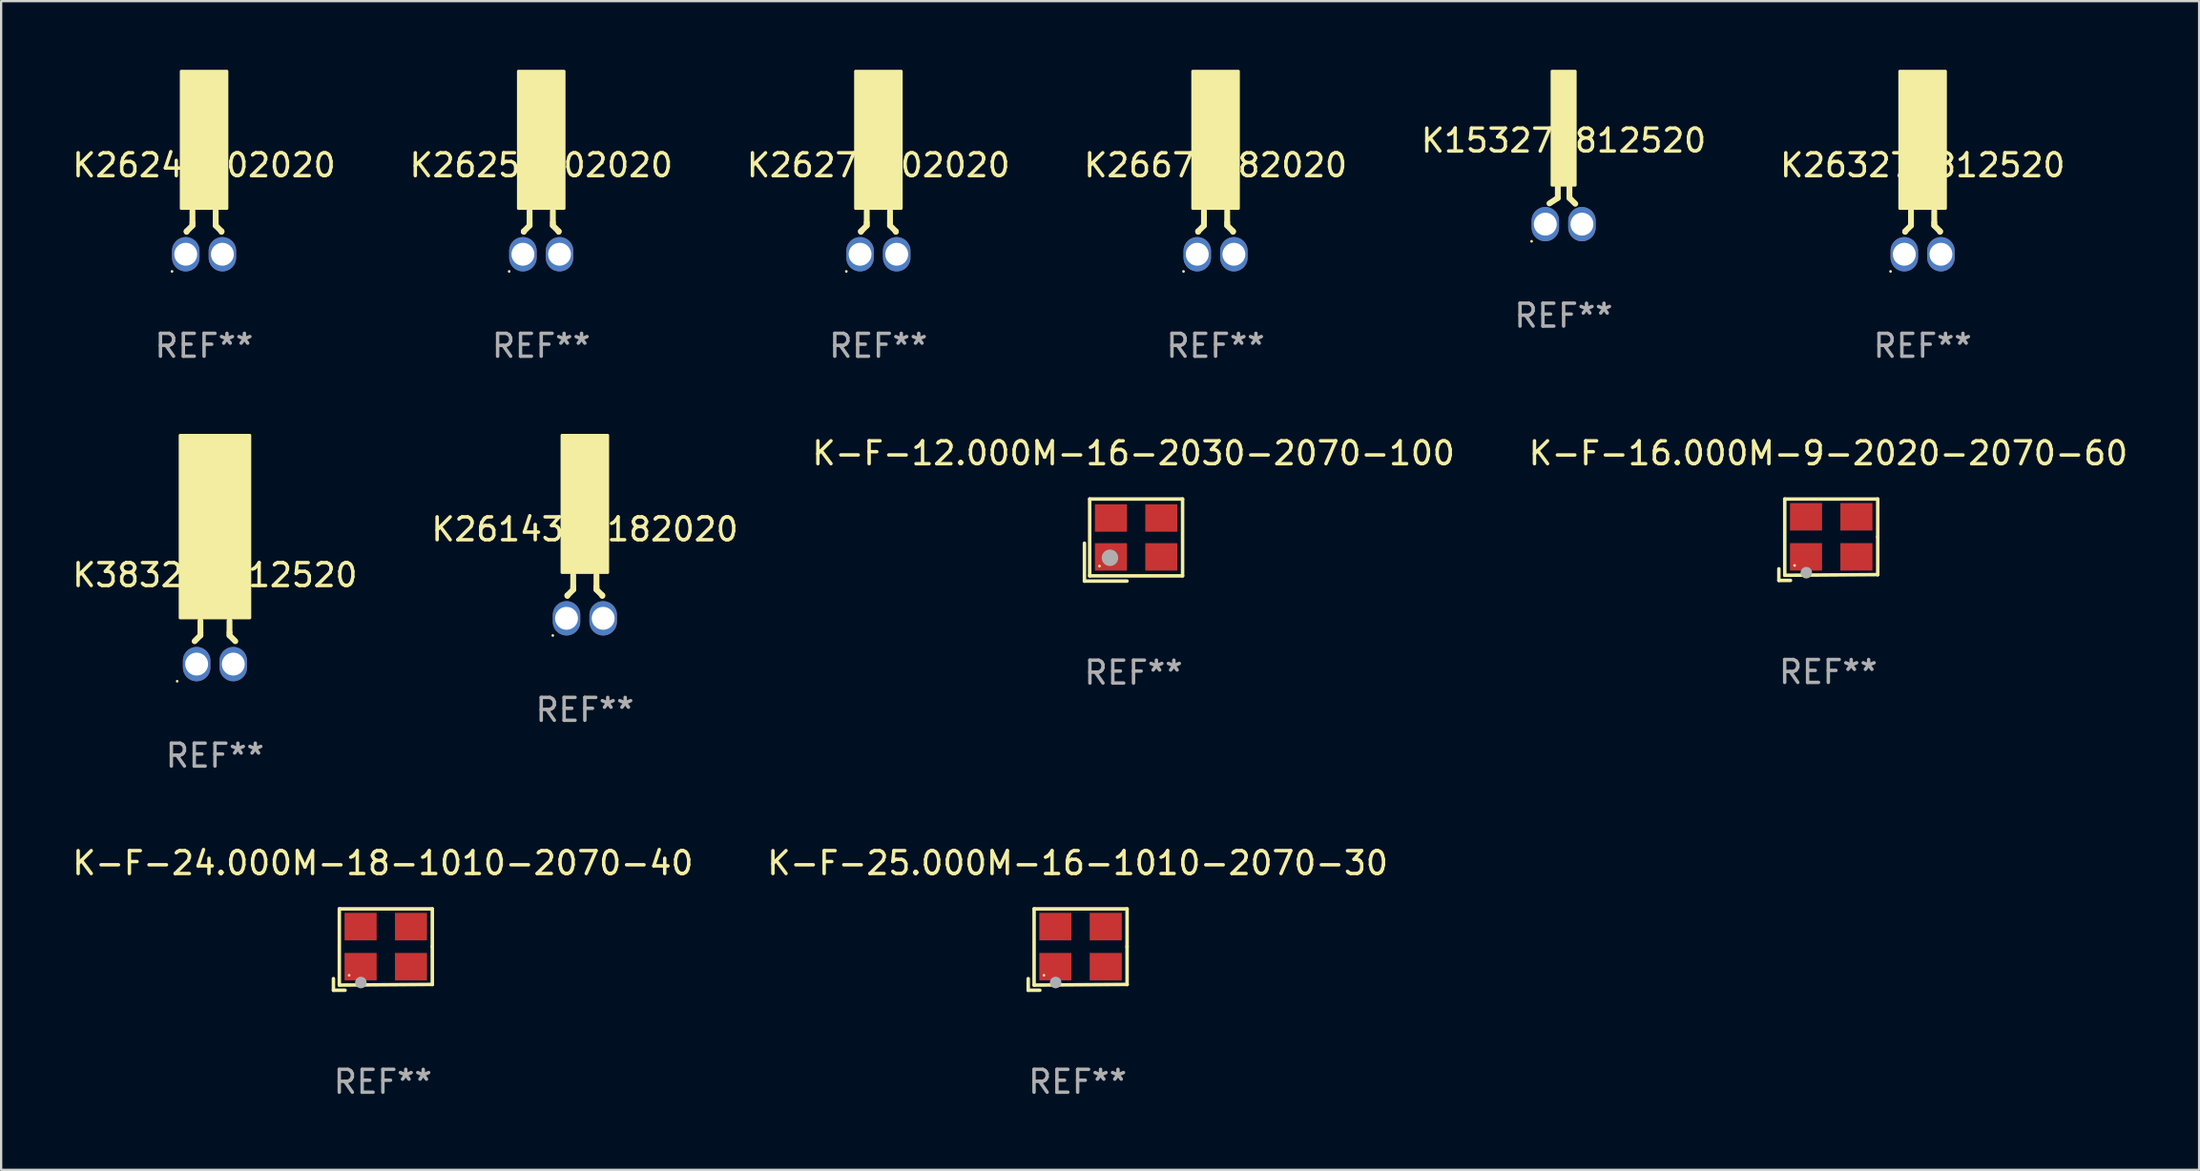
<source format=kicad_pcb>
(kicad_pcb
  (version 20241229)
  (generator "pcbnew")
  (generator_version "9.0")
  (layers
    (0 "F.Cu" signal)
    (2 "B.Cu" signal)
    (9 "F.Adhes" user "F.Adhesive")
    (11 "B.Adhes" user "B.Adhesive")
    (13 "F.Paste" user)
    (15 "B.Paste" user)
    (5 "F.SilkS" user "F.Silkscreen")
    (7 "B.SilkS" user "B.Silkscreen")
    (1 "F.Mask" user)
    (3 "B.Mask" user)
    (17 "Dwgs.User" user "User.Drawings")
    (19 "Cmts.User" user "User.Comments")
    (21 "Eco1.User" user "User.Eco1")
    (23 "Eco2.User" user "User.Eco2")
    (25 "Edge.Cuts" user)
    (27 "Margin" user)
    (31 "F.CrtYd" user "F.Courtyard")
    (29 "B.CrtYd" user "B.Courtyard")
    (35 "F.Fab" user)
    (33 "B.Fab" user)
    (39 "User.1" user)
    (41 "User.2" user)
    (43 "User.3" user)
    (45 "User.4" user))
  (footprint "K-F-12.000M-16-2030-2070-100"
    (layer "F.Cu")
    (at 46.458 20.549)
    (property "Reference" "K-F-12.000M-16-2030-2070-100" (at 0 -3.793 0) (layer "F.SilkS") (effects (font (size 1 1) (thickness 0.15))))
    (attr through_hole)
    (fp_line (start -2.143 0.136) (end -2.143 1.793) (stroke (width 0.152) (type solid)) (layer "F.SilkS"))
    (fp_line (start -2.143 1.793) (end -0.286 1.793) (stroke (width 0.152) (type solid)) (layer "F.SilkS"))
    (fp_line (start -1.914 -1.793) (end 2.143 -1.793) (stroke (width 0.152) (type solid)) (layer "F.SilkS"))
    (fp_line (start -1.914 1.564) (end -1.914 -1.793) (stroke (width 0.152) (type solid)) (layer "F.SilkS"))
    (fp_line (start 2.143 -1.793) (end 2.143 1.564) (stroke (width 0.152) (type solid)) (layer "F.SilkS"))
    (fp_line (start 2.143 1.564) (end -1.914 1.564) (stroke (width 0.152) (type solid)) (layer "F.SilkS"))
    (fp_circle (center -1.486 1.136) (end -1.456 1.136) (stroke (width 0.06) (type solid)) (fill no) (layer "F.SilkS"))
    (fp_circle (center -1.029 0.775) (end -0.849 0.775) (stroke (width 0.36) (type solid)) (fill no) (layer "F.Fab"))
    (fp_text user "REF**" (at 0 5.793 0) (layer "F.Fab") (effects (font (size 1 1) (thickness 0.15))))
    (pad "1" smd rect (at -0.986 0.736) (size 1.4 1.2) (layers "F.Cu" "F.Mask" "F.Paste"))
    (pad "2" smd rect (at 1.214 0.736) (size 1.4 1.2) (layers "F.Cu" "F.Mask" "F.Paste"))
    (pad "3" smd rect (at 1.214 -0.964) (size 1.4 1.2) (layers "F.Cu" "F.Mask" "F.Paste"))
    (pad "4" smd rect (at -0.986 -0.964) (size 1.4 1.2) (layers "F.Cu" "F.Mask" "F.Paste")))
  (footprint "K153276812520"
    (layer "F.Cu")
    (at 65.244 5.918)
    (property "Reference" "K153276812520" (at 0 -2.826 0) (layer "F.SilkS") (effects (font (size 1 1) (thickness 0.15))))
    (attr through_hole)
    (fp_line (start -0.254 -0.826) (end -0.254 -0.318) (stroke (width 0.254) (type solid)) (layer "F.SilkS"))
    (fp_line (start -0.254 -0.318) (end -0.62 -0.079) (stroke (width 0.254) (type solid)) (layer "F.SilkS"))
    (fp_line (start 0.254 -0.826) (end 0.254 -0.318) (stroke (width 0.254) (type solid)) (layer "F.SilkS"))
    (fp_line (start 0.254 -0.318) (end 0.508 -0.064) (stroke (width 0.254) (type solid)) (layer "F.SilkS"))
    (fp_circle (center -1.4 1.576) (end -1.37 1.576) (stroke (width 0.06) (type solid)) (fill no) (layer "F.SilkS"))
    (fp_poly (pts (xy -0.508 -5.858) (xy 0.508 -5.858) (xy 0.508 -0.874) (xy -0.508 -0.874)) (stroke (width 0.12) (type solid)) (fill yes) (layer "F.SilkS"))
    (fp_text user "REF**" (at 0 4.826 0) (layer "F.Fab") (effects (font (size 1 1) (thickness 0.15))))
    (pad "1" thru_hole oval (at -0.8 0.826) (size 1.2 1.5) (drill 1) (layers "*.Cu" "*.Mask"))
    (pad "2" thru_hole oval (at 0.8 0.826) (size 1.2 1.5) (drill 1) (layers "*.Cu" "*.Mask")))
  (footprint "K2614318182020"
    (layer "F.Cu")
    (at 22.494 23.024)
    (property "Reference" "K2614318182020" (at 0 -2.945 0) (layer "F.SilkS") (effects (font (size 1 1) (thickness 0.15))))
    (attr through_hole)
    (fp_line (start -0.762 -0.055) (end -0.762 -0.036) (stroke (width 0.254) (type solid)) (layer "F.SilkS"))
    (fp_line (start -0.508 -0.436) (end -0.508 -0.945) (stroke (width 0.254) (type solid)) (layer "F.SilkS"))
    (fp_line (start -0.508 -0.436) (end -0.508 -0.309) (stroke (width 0.254) (type solid)) (layer "F.SilkS"))
    (fp_line (start -0.508 -0.309) (end -0.762 -0.055) (stroke (width 0.254) (type solid)) (layer "F.SilkS"))
    (fp_line (start 0.508 -0.436) (end 0.508 -0.945) (stroke (width 0.254) (type solid)) (layer "F.SilkS"))
    (fp_line (start 0.508 -0.436) (end 0.508 -0.31) (stroke (width 0.254) (type solid)) (layer "F.SilkS"))
    (fp_line (start 0.508 -0.31) (end 0.762 -0.055) (stroke (width 0.254) (type solid)) (layer "F.SilkS"))
    (fp_line (start 0.762 -0.055) (end 0.762 -0.036) (stroke (width 0.254) (type solid)) (layer "F.SilkS"))
    (fp_circle (center -1.4 1.695) (end -1.37 1.695) (stroke (width 0.06) (type solid)) (fill no) (layer "F.SilkS"))
    (fp_poly (pts (xy -1 -7.055) (xy 1 -7.055) (xy 1 -1.055) (xy -1 -1.055)) (stroke (width 0.12) (type solid)) (fill yes) (layer "F.SilkS"))
    (fp_text user "REF**" (at 0 4.945 0) (layer "F.Fab") (effects (font (size 1 1) (thickness 0.15))))
    (pad "1" thru_hole oval (at -0.8 0.945) (size 1.2 1.5) (drill 1) (layers "*.Cu" "*.Mask"))
    (pad "2" thru_hole oval (at 0.8 0.945) (size 1.2 1.5) (drill 1) (layers "*.Cu" "*.Mask")))
  (footprint "K263276812520"
    (layer "F.Cu")
    (at 80.923 7.115)
    (property "Reference" "K263276812520" (at 0 -2.945 0) (layer "F.SilkS") (effects (font (size 1 1) (thickness 0.15))))
    (attr through_hole)
    (fp_line (start -0.762 -0.055) (end -0.762 -0.036) (stroke (width 0.254) (type solid)) (layer "F.SilkS"))
    (fp_line (start -0.508 -0.436) (end -0.508 -0.945) (stroke (width 0.254) (type solid)) (layer "F.SilkS"))
    (fp_line (start -0.508 -0.436) (end -0.508 -0.309) (stroke (width 0.254) (type solid)) (layer "F.SilkS"))
    (fp_line (start -0.508 -0.309) (end -0.762 -0.055) (stroke (width 0.254) (type solid)) (layer "F.SilkS"))
    (fp_line (start 0.508 -0.436) (end 0.508 -0.945) (stroke (width 0.254) (type solid)) (layer "F.SilkS"))
    (fp_line (start 0.508 -0.436) (end 0.508 -0.31) (stroke (width 0.254) (type solid)) (layer "F.SilkS"))
    (fp_line (start 0.508 -0.31) (end 0.762 -0.055) (stroke (width 0.254) (type solid)) (layer "F.SilkS"))
    (fp_line (start 0.762 -0.055) (end 0.762 -0.036) (stroke (width 0.254) (type solid)) (layer "F.SilkS"))
    (fp_circle (center -1.4 1.695) (end -1.37 1.695) (stroke (width 0.06) (type solid)) (fill no) (layer "F.SilkS"))
    (fp_poly (pts (xy -1 -7.055) (xy 1 -7.055) (xy 1 -1.055) (xy -1 -1.055)) (stroke (width 0.12) (type solid)) (fill yes) (layer "F.SilkS"))
    (fp_text user "REF**" (at 0 4.945 0) (layer "F.Fab") (effects (font (size 1 1) (thickness 0.15))))
    (pad "1" thru_hole oval (at -0.8 0.945) (size 1.2 1.5) (drill 1) (layers "*.Cu" "*.Mask"))
    (pad "2" thru_hole oval (at 0.8 0.945) (size 1.2 1.5) (drill 1) (layers "*.Cu" "*.Mask")))
  (footprint "K26250002020"
    (layer "F.Cu")
    (at 20.589 7.115)
    (property "Reference" "K26250002020" (at 0 -2.945 0) (layer "F.SilkS") (effects (font (size 1 1) (thickness 0.15))))
    (attr through_hole)
    (fp_line (start -0.762 -0.055) (end -0.762 -0.036) (stroke (width 0.254) (type solid)) (layer "F.SilkS"))
    (fp_line (start -0.508 -0.436) (end -0.508 -0.945) (stroke (width 0.254) (type solid)) (layer "F.SilkS"))
    (fp_line (start -0.508 -0.436) (end -0.508 -0.309) (stroke (width 0.254) (type solid)) (layer "F.SilkS"))
    (fp_line (start -0.508 -0.309) (end -0.762 -0.055) (stroke (width 0.254) (type solid)) (layer "F.SilkS"))
    (fp_line (start 0.508 -0.436) (end 0.508 -0.945) (stroke (width 0.254) (type solid)) (layer "F.SilkS"))
    (fp_line (start 0.508 -0.436) (end 0.508 -0.31) (stroke (width 0.254) (type solid)) (layer "F.SilkS"))
    (fp_line (start 0.508 -0.31) (end 0.762 -0.055) (stroke (width 0.254) (type solid)) (layer "F.SilkS"))
    (fp_line (start 0.762 -0.055) (end 0.762 -0.036) (stroke (width 0.254) (type solid)) (layer "F.SilkS"))
    (fp_circle (center -1.4 1.695) (end -1.37 1.695) (stroke (width 0.06) (type solid)) (fill no) (layer "F.SilkS"))
    (fp_poly (pts (xy -1 -7.055) (xy 1 -7.055) (xy 1 -1.055) (xy -1 -1.055)) (stroke (width 0.12) (type solid)) (fill yes) (layer "F.SilkS"))
    (fp_text user "REF**" (at 0 4.945 0) (layer "F.Fab") (effects (font (size 1 1) (thickness 0.15))))
    (pad "1" thru_hole oval (at -0.8 0.945) (size 1.2 1.5) (drill 1) (layers "*.Cu" "*.Mask"))
    (pad "2" thru_hole oval (at 0.8 0.945) (size 1.2 1.5) (drill 1) (layers "*.Cu" "*.Mask")))
  (footprint "K26674582020"
    (layer "F.Cu")
    (at 50.042 7.115)
    (property "Reference" "K26674582020" (at 0 -2.945 0) (layer "F.SilkS") (effects (font (size 1 1) (thickness 0.15))))
    (attr through_hole)
    (fp_line (start -0.762 -0.055) (end -0.762 -0.036) (stroke (width 0.254) (type solid)) (layer "F.SilkS"))
    (fp_line (start -0.508 -0.436) (end -0.508 -0.945) (stroke (width 0.254) (type solid)) (layer "F.SilkS"))
    (fp_line (start -0.508 -0.436) (end -0.508 -0.309) (stroke (width 0.254) (type solid)) (layer "F.SilkS"))
    (fp_line (start -0.508 -0.309) (end -0.762 -0.055) (stroke (width 0.254) (type solid)) (layer "F.SilkS"))
    (fp_line (start 0.508 -0.436) (end 0.508 -0.945) (stroke (width 0.254) (type solid)) (layer "F.SilkS"))
    (fp_line (start 0.508 -0.436) (end 0.508 -0.31) (stroke (width 0.254) (type solid)) (layer "F.SilkS"))
    (fp_line (start 0.508 -0.31) (end 0.762 -0.055) (stroke (width 0.254) (type solid)) (layer "F.SilkS"))
    (fp_line (start 0.762 -0.055) (end 0.762 -0.036) (stroke (width 0.254) (type solid)) (layer "F.SilkS"))
    (fp_circle (center -1.4 1.695) (end -1.37 1.695) (stroke (width 0.06) (type solid)) (fill no) (layer "F.SilkS"))
    (fp_poly (pts (xy -1 -7.055) (xy 1 -7.055) (xy 1 -1.055) (xy -1 -1.055)) (stroke (width 0.12) (type solid)) (fill yes) (layer "F.SilkS"))
    (fp_text user "REF**" (at 0 4.945 0) (layer "F.Fab") (effects (font (size 1 1) (thickness 0.15))))
    (pad "1" thru_hole oval (at -0.8 0.945) (size 1.2 1.5) (drill 1) (layers "*.Cu" "*.Mask"))
    (pad "2" thru_hole oval (at 0.8 0.945) (size 1.2 1.5) (drill 1) (layers "*.Cu" "*.Mask")))
  (footprint "K-F-24.000M-18-1010-2070-40"
    (layer "F.Cu")
    (at 13.673 38.443)
    (property "Reference" "K-F-24.000M-18-1010-2070-40" (at 0 -3.778 0) (layer "F.SilkS") (effects (font (size 1 1) (thickness 0.15))))
    (attr through_hole)
    (fp_line (start -2.159 1.27) (end -2.159 1.778) (stroke (width 0.152) (type solid)) (layer "F.SilkS"))
    (fp_line (start -2.159 1.778) (end -1.651 1.778) (stroke (width 0.152) (type solid)) (layer "F.SilkS"))
    (fp_line (start -1.902 -1.778) (end 2.159 -1.778) (stroke (width 0.152) (type solid)) (layer "F.SilkS"))
    (fp_line (start -1.902 1.552) (end -1.902 -1.778) (stroke (width 0.152) (type solid)) (layer "F.SilkS"))
    (fp_line (start 2.159 -1.778) (end 2.159 -0.127) (stroke (width 0.152) (type solid)) (layer "F.SilkS"))
    (fp_line (start 2.159 -0.127) (end 2.159 1.524) (stroke (width 0.152) (type solid)) (layer "F.SilkS"))
    (fp_line (start 2.159 1.524) (end -1.902 1.552) (stroke (width 0.152) (type solid)) (layer "F.SilkS"))
    (fp_line (start 2.159 1.524) (end 2.159 1.524) (stroke (width 0.152) (type solid)) (layer "F.SilkS"))
    (fp_circle (center -1.473 1.123) (end -1.443 1.123) (stroke (width 0.06) (type solid)) (fill no) (layer "F.SilkS"))
    (fp_circle (center -0.961 1.44) (end -0.834 1.44) (stroke (width 0.254) (type solid)) (fill no) (layer "F.Fab"))
    (fp_text user "REF**" (at 0 5.778 0) (layer "F.Fab") (effects (font (size 1 1) (thickness 0.15))))
    (pad "1" smd rect (at -0.973 0.748) (size 1.4 1.2) (layers "F.Cu" "F.Mask" "F.Paste"))
    (pad "2" smd rect (at 1.227 0.748) (size 1.4 1.2) (layers "F.Cu" "F.Mask" "F.Paste"))
    (pad "3" smd rect (at 1.227 -1.002) (size 1.4 1.2) (layers "F.Cu" "F.Mask" "F.Paste"))
    (pad "4" smd rect (at -0.973 -1.002) (size 1.4 1.2) (layers "F.Cu" "F.Mask" "F.Paste")))
  (footprint "K383276812520"
    (layer "F.Cu")
    (at 6.339 25.024)
    (property "Reference" "K383276812520" (at 0 -2.945 0) (layer "F.SilkS") (effects (font (size 1 1) (thickness 0.15))))
    (attr through_hole)
    (fp_line (start -0.635 -0.436) (end -0.635 -0.945) (stroke (width 0.254) (type solid)) (layer "F.SilkS"))
    (fp_line (start -0.635 -0.436) (end -0.635 -0.309) (stroke (width 0.254) (type solid)) (layer "F.SilkS"))
    (fp_line (start -0.635 -0.309) (end -0.889 -0.055) (stroke (width 0.254) (type solid)) (layer "F.SilkS"))
    (fp_line (start 0.635 -0.436) (end 0.635 -0.945) (stroke (width 0.254) (type solid)) (layer "F.SilkS"))
    (fp_line (start 0.635 -0.436) (end 0.635 -0.309) (stroke (width 0.254) (type solid)) (layer "F.SilkS"))
    (fp_line (start 0.635 -0.309) (end 0.889 -0.055) (stroke (width 0.254) (type solid)) (layer "F.SilkS"))
    (fp_circle (center -1.651 1.695) (end -1.621 1.695) (stroke (width 0.06) (type solid)) (fill no) (layer "F.SilkS"))
    (fp_poly (pts (xy -1.524 -9.055) (xy 1.524 -9.055) (xy 1.524 -1.072) (xy -1.524 -1.072)) (stroke (width 0.12) (type solid)) (fill yes) (layer "F.SilkS"))
    (fp_text user "REF**" (at 0 4.945 0) (layer "F.Fab") (effects (font (size 1 1) (thickness 0.15))))
    (pad "1" thru_hole oval (at -0.8 0.945) (size 1.2 1.5) (drill 1) (layers "*.Cu" "*.Mask"))
    (pad "2" thru_hole oval (at 0.8 0.945) (size 1.2 1.5) (drill 1) (layers "*.Cu" "*.Mask")))
  (footprint "K-F-16.000M-9-2020-2070-60"
    (layer "F.Cu")
    (at 76.804 20.535)
    (property "Reference" "K-F-16.000M-9-2020-2070-60" (at 0 -3.778 0) (layer "F.SilkS") (effects (font (size 1 1) (thickness 0.15))))
    (attr through_hole)
    (fp_line (start -2.159 1.27) (end -2.159 1.778) (stroke (width 0.152) (type solid)) (layer "F.SilkS"))
    (fp_line (start -2.159 1.778) (end -1.651 1.778) (stroke (width 0.152) (type solid)) (layer "F.SilkS"))
    (fp_line (start -1.902 -1.778) (end 2.159 -1.778) (stroke (width 0.152) (type solid)) (layer "F.SilkS"))
    (fp_line (start -1.902 1.552) (end -1.902 -1.778) (stroke (width 0.152) (type solid)) (layer "F.SilkS"))
    (fp_line (start 2.159 -1.778) (end 2.159 -0.127) (stroke (width 0.152) (type solid)) (layer "F.SilkS"))
    (fp_line (start 2.159 -0.127) (end 2.159 1.524) (stroke (width 0.152) (type solid)) (layer "F.SilkS"))
    (fp_line (start 2.159 1.524) (end -1.902 1.552) (stroke (width 0.152) (type solid)) (layer "F.SilkS"))
    (fp_line (start 2.159 1.524) (end 2.159 1.524) (stroke (width 0.152) (type solid)) (layer "F.SilkS"))
    (fp_circle (center -1.473 1.123) (end -1.443 1.123) (stroke (width 0.06) (type solid)) (fill no) (layer "F.SilkS"))
    (fp_circle (center -0.961 1.44) (end -0.834 1.44) (stroke (width 0.254) (type solid)) (fill no) (layer "F.Fab"))
    (fp_text user "REF**" (at 0 5.778 0) (layer "F.Fab") (effects (font (size 1 1) (thickness 0.15))))
    (pad "1" smd rect (at -0.973 0.748) (size 1.4 1.2) (layers "F.Cu" "F.Mask" "F.Paste"))
    (pad "2" smd rect (at 1.227 0.748) (size 1.4 1.2) (layers "F.Cu" "F.Mask" "F.Paste"))
    (pad "3" smd rect (at 1.227 -1.002) (size 1.4 1.2) (layers "F.Cu" "F.Mask" "F.Paste"))
    (pad "4" smd rect (at -0.973 -1.002) (size 1.4 1.2) (layers "F.Cu" "F.Mask" "F.Paste")))
  (footprint "K26240002020"
    (layer "F.Cu")
    (at 5.863 7.115)
    (property "Reference" "K26240002020" (at 0 -2.945 0) (layer "F.SilkS") (effects (font (size 1 1) (thickness 0.15))))
    (attr through_hole)
    (fp_line (start -0.762 -0.055) (end -0.762 -0.036) (stroke (width 0.254) (type solid)) (layer "F.SilkS"))
    (fp_line (start -0.508 -0.436) (end -0.508 -0.945) (stroke (width 0.254) (type solid)) (layer "F.SilkS"))
    (fp_line (start -0.508 -0.436) (end -0.508 -0.309) (stroke (width 0.254) (type solid)) (layer "F.SilkS"))
    (fp_line (start -0.508 -0.309) (end -0.762 -0.055) (stroke (width 0.254) (type solid)) (layer "F.SilkS"))
    (fp_line (start 0.508 -0.436) (end 0.508 -0.945) (stroke (width 0.254) (type solid)) (layer "F.SilkS"))
    (fp_line (start 0.508 -0.436) (end 0.508 -0.31) (stroke (width 0.254) (type solid)) (layer "F.SilkS"))
    (fp_line (start 0.508 -0.31) (end 0.762 -0.055) (stroke (width 0.254) (type solid)) (layer "F.SilkS"))
    (fp_line (start 0.762 -0.055) (end 0.762 -0.036) (stroke (width 0.254) (type solid)) (layer "F.SilkS"))
    (fp_circle (center -1.4 1.695) (end -1.37 1.695) (stroke (width 0.06) (type solid)) (fill no) (layer "F.SilkS"))
    (fp_poly (pts (xy -1 -7.055) (xy 1 -7.055) (xy 1 -1.055) (xy -1 -1.055)) (stroke (width 0.12) (type solid)) (fill yes) (layer "F.SilkS"))
    (fp_text user "REF**" (at 0 4.945 0) (layer "F.Fab") (effects (font (size 1 1) (thickness 0.15))))
    (pad "1" thru_hole oval (at -0.8 0.945) (size 1.2 1.5) (drill 1) (layers "*.Cu" "*.Mask"))
    (pad "2" thru_hole oval (at 0.8 0.945) (size 1.2 1.5) (drill 1) (layers "*.Cu" "*.Mask")))
  (footprint "K26270002020"
    (layer "F.Cu")
    (at 35.315 7.115)
    (property "Reference" "K26270002020" (at 0 -2.945 0) (layer "F.SilkS") (effects (font (size 1 1) (thickness 0.15))))
    (attr through_hole)
    (fp_line (start -0.762 -0.055) (end -0.762 -0.036) (stroke (width 0.254) (type solid)) (layer "F.SilkS"))
    (fp_line (start -0.508 -0.436) (end -0.508 -0.945) (stroke (width 0.254) (type solid)) (layer "F.SilkS"))
    (fp_line (start -0.508 -0.436) (end -0.508 -0.309) (stroke (width 0.254) (type solid)) (layer "F.SilkS"))
    (fp_line (start -0.508 -0.309) (end -0.762 -0.055) (stroke (width 0.254) (type solid)) (layer "F.SilkS"))
    (fp_line (start 0.508 -0.436) (end 0.508 -0.945) (stroke (width 0.254) (type solid)) (layer "F.SilkS"))
    (fp_line (start 0.508 -0.436) (end 0.508 -0.31) (stroke (width 0.254) (type solid)) (layer "F.SilkS"))
    (fp_line (start 0.508 -0.31) (end 0.762 -0.055) (stroke (width 0.254) (type solid)) (layer "F.SilkS"))
    (fp_line (start 0.762 -0.055) (end 0.762 -0.036) (stroke (width 0.254) (type solid)) (layer "F.SilkS"))
    (fp_circle (center -1.4 1.695) (end -1.37 1.695) (stroke (width 0.06) (type solid)) (fill no) (layer "F.SilkS"))
    (fp_poly (pts (xy -1 -7.055) (xy 1 -7.055) (xy 1 -1.055) (xy -1 -1.055)) (stroke (width 0.12) (type solid)) (fill yes) (layer "F.SilkS"))
    (fp_text user "REF**" (at 0 4.945 0) (layer "F.Fab") (effects (font (size 1 1) (thickness 0.15))))
    (pad "1" thru_hole oval (at -0.8 0.945) (size 1.2 1.5) (drill 1) (layers "*.Cu" "*.Mask"))
    (pad "2" thru_hole oval (at 0.8 0.945) (size 1.2 1.5) (drill 1) (layers "*.Cu" "*.Mask")))
  (footprint "K-F-25.000M-16-1010-2070-30"
    (layer "F.Cu")
    (at 44.018 38.443)
    (property "Reference" "K-F-25.000M-16-1010-2070-30" (at 0 -3.778 0) (layer "F.SilkS") (effects (font (size 1 1) (thickness 0.15))))
    (attr through_hole)
    (fp_line (start -2.159 1.27) (end -2.159 1.778) (stroke (width 0.152) (type solid)) (layer "F.SilkS"))
    (fp_line (start -2.159 1.778) (end -1.651 1.778) (stroke (width 0.152) (type solid)) (layer "F.SilkS"))
    (fp_line (start -1.902 -1.778) (end 2.159 -1.778) (stroke (width 0.152) (type solid)) (layer "F.SilkS"))
    (fp_line (start -1.902 1.552) (end -1.902 -1.778) (stroke (width 0.152) (type solid)) (layer "F.SilkS"))
    (fp_line (start 2.159 -1.778) (end 2.159 -0.127) (stroke (width 0.152) (type solid)) (layer "F.SilkS"))
    (fp_line (start 2.159 -0.127) (end 2.159 1.524) (stroke (width 0.152) (type solid)) (layer "F.SilkS"))
    (fp_line (start 2.159 1.524) (end -1.902 1.552) (stroke (width 0.152) (type solid)) (layer "F.SilkS"))
    (fp_line (start 2.159 1.524) (end 2.159 1.524) (stroke (width 0.152) (type solid)) (layer "F.SilkS"))
    (fp_circle (center -1.473 1.123) (end -1.443 1.123) (stroke (width 0.06) (type solid)) (fill no) (layer "F.SilkS"))
    (fp_circle (center -0.961 1.44) (end -0.834 1.44) (stroke (width 0.254) (type solid)) (fill no) (layer "F.Fab"))
    (fp_text user "REF**" (at 0 5.778 0) (layer "F.Fab") (effects (font (size 1 1) (thickness 0.15))))
    (pad "1" smd rect (at -0.973 0.748) (size 1.4 1.2) (layers "F.Cu" "F.Mask" "F.Paste"))
    (pad "2" smd rect (at 1.227 0.748) (size 1.4 1.2) (layers "F.Cu" "F.Mask" "F.Paste"))
    (pad "3" smd rect (at 1.227 -1.002) (size 1.4 1.2) (layers "F.Cu" "F.Mask" "F.Paste"))
    (pad "4" smd rect (at -0.973 -1.002) (size 1.4 1.2) (layers "F.Cu" "F.Mask" "F.Paste")))
  (gr_rect
    (start -3 -3)
    (end 93 48.069)
    (stroke (width 0.1) (type default))
    (fill no)
    (layer "Edge.Cuts")))
</source>
